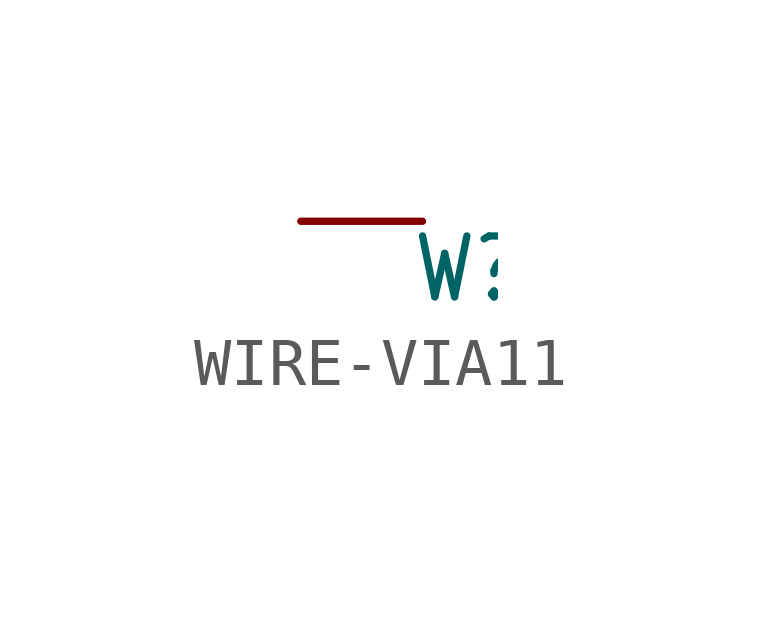
<source format=kicad_sym>
(kicad_symbol_lib
  (version 20211014)
  (generator kicad_symbol_editor)
  (symbol "WIRE-VIA11"
    (property "Reference" "W"
      (at 2.286 -0.254 0)
      (effects (font (size 1.27 1.079)) (justify left top)))
    (property "ki_locked" ""
      (at 0 0 0)
      (effects (font (size 1.27 1.27))))
    (symbol "WIRE-VIA11_1_0"
      (pin bidirectional line (at 0 0 0) (length 2.54) (name "P$1" (effects (font (size 0 0)))) (number "P$1" (effects (font (size 0 0))))))))
</source>
